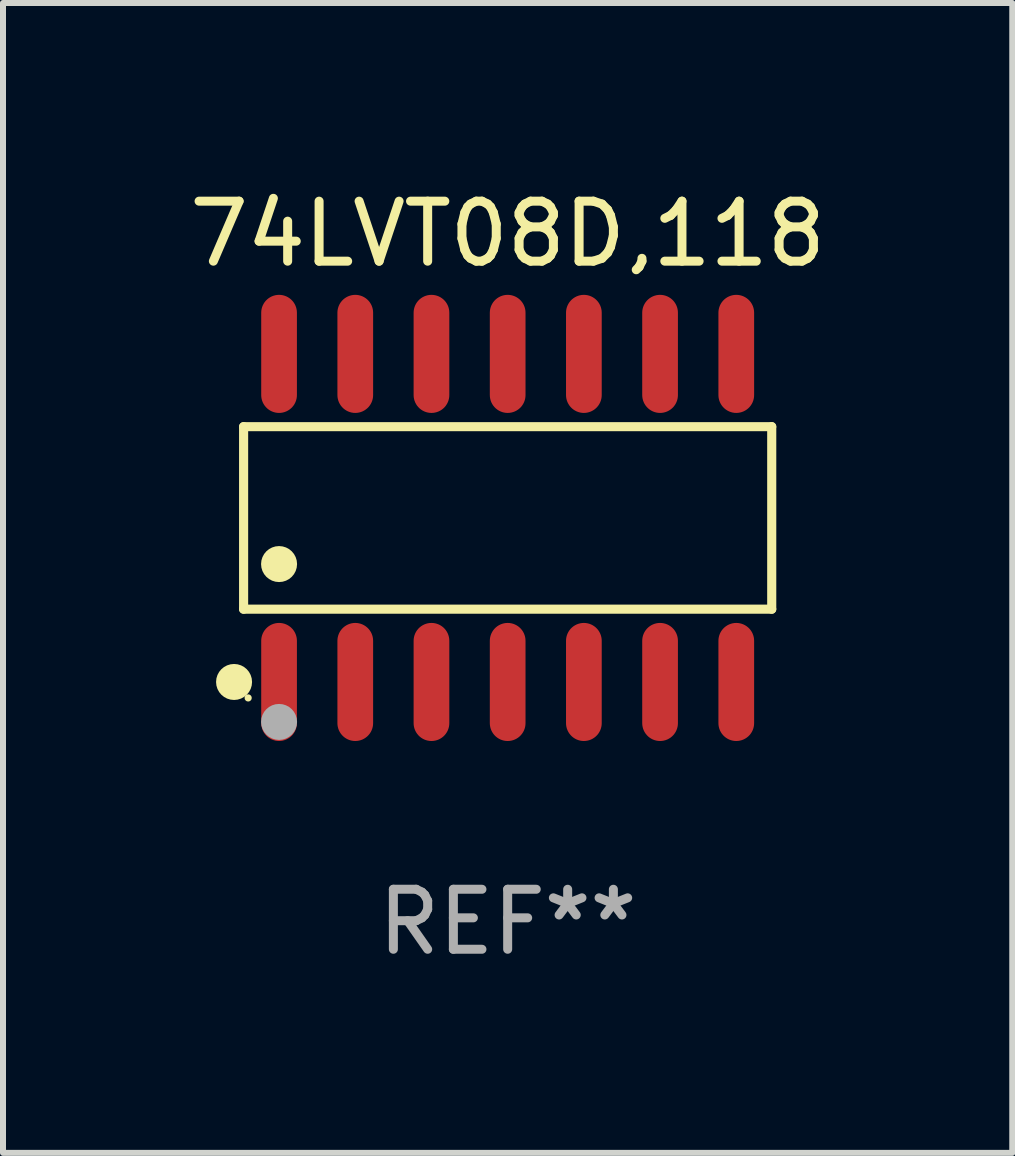
<source format=kicad_pcb>
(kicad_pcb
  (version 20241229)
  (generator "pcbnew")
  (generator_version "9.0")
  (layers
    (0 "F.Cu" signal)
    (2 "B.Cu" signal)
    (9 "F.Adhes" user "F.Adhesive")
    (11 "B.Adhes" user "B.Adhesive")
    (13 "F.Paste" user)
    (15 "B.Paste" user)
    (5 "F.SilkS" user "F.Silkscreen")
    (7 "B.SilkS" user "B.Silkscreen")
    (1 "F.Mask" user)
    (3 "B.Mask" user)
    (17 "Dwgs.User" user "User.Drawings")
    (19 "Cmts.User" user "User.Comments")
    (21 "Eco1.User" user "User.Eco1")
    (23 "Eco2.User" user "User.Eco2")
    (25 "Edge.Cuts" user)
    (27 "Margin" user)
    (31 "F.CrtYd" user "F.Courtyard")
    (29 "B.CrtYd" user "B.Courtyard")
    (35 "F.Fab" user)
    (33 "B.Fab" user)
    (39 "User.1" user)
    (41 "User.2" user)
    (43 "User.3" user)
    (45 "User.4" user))
  (footprint "74LVT08D,118"
    (layer "F.Cu")
    (at 5.411 5.582)
    (property "Reference" "74LVT08D,118" (at 0 -4.734 0) (layer "F.SilkS") (effects (font (size 1 1) (thickness 0.15))))
    (attr through_hole)
    (fp_line (start -4.401 -1.521) (end 4.401 -1.521) (stroke (width 0.152) (type solid)) (layer "F.SilkS"))
    (fp_line (start -4.401 1.521) (end -4.401 -1.521) (stroke (width 0.152) (type solid)) (layer "F.SilkS"))
    (fp_line (start 4.401 -1.521) (end 4.401 1.521) (stroke (width 0.152) (type solid)) (layer "F.SilkS"))
    (fp_line (start 4.401 1.521) (end -4.401 1.521) (stroke (width 0.152) (type solid)) (layer "F.SilkS"))
    (fp_circle (center -4.56 2.734) (end -4.41 2.734) (stroke (width 0.3) (type solid)) (fill no) (layer "F.SilkS"))
    (fp_circle (center -4.325 3) (end -4.295 3) (stroke (width 0.06) (type solid)) (fill no) (layer "F.SilkS"))
    (fp_circle (center -3.81 0.769) (end -3.66 0.769) (stroke (width 0.3) (type solid)) (fill no) (layer "F.SilkS"))
    (fp_circle (center -3.81 3.4) (end -3.66 3.4) (stroke (width 0.3) (type solid)) (fill no) (layer "F.Fab"))
    (fp_text user "REF**" (at 0 6.734 0) (layer "F.Fab") (effects (font (size 1 1) (thickness 0.15))))
    (pad "1" smd oval (at -3.81 2.734) (size 0.595 1.968) (layers "F.Cu" "F.Mask" "F.Paste"))
    (pad "2" smd oval (at -2.54 2.734) (size 0.595 1.968) (layers "F.Cu" "F.Mask" "F.Paste"))
    (pad "3" smd oval (at -1.27 2.734) (size 0.595 1.968) (layers "F.Cu" "F.Mask" "F.Paste"))
    (pad "4" smd oval (at 0 2.734) (size 0.595 1.968) (layers "F.Cu" "F.Mask" "F.Paste"))
    (pad "5" smd oval (at 1.27 2.734) (size 0.595 1.968) (layers "F.Cu" "F.Mask" "F.Paste"))
    (pad "6" smd oval (at 2.54 2.734) (size 0.595 1.968) (layers "F.Cu" "F.Mask" "F.Paste"))
    (pad "7" smd oval (at 3.81 2.734) (size 0.595 1.968) (layers "F.Cu" "F.Mask" "F.Paste"))
    (pad "8" smd oval (at 3.81 -2.734) (size 0.595 1.968) (layers "F.Cu" "F.Mask" "F.Paste"))
    (pad "9" smd oval (at 2.54 -2.734) (size 0.595 1.968) (layers "F.Cu" "F.Mask" "F.Paste"))
    (pad "10" smd oval (at 1.27 -2.734) (size 0.595 1.968) (layers "F.Cu" "F.Mask" "F.Paste"))
    (pad "11" smd oval (at 0 -2.734) (size 0.595 1.968) (layers "F.Cu" "F.Mask" "F.Paste"))
    (pad "12" smd oval (at -1.27 -2.734) (size 0.595 1.968) (layers "F.Cu" "F.Mask" "F.Paste"))
    (pad "13" smd oval (at -2.54 -2.734) (size 0.595 1.968) (layers "F.Cu" "F.Mask" "F.Paste"))
    (pad "14" smd oval (at -3.81 -2.734) (size 0.595 1.968) (layers "F.Cu" "F.Mask" "F.Paste")))
  (gr_rect
    (start -3 -3)
    (end 13.821 16.164)
    (stroke (width 0.1) (type default))
    (fill no)
    (layer "Edge.Cuts")))
</source>
